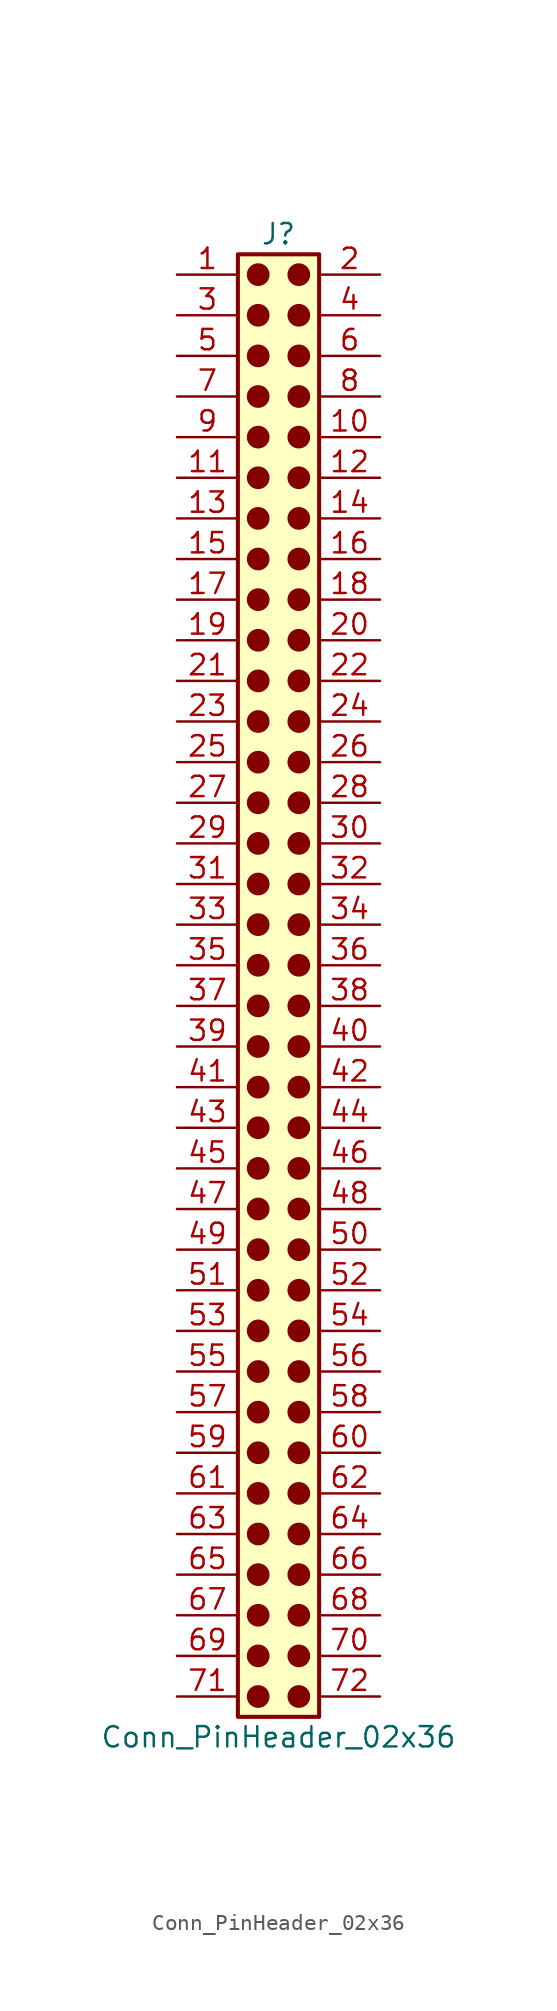
<source format=kicad_sym>
(kicad_symbol_lib
  (version 20241209)
  (generator "kicad_symbol_editor")
  (generator_version "9.0")
  (symbol "Conn_PinHeader_02x36"
    (pin_names
      (offset 1.016)
      (hide yes))
    (property "Reference" "J"
      (at 1.27 45.72 0)
      (effects (font (size 1.27 1.27))))
    (property "Value" "Conn_PinHeader_02x36"
      (at 1.27 -48.26 0)
      (effects (font (size 1.27 1.27))))
    (symbol "Conn_PinHeader_02x36_1_1"
      (rectangle (start -1.27 44.45) (end 3.81 -46.99) (stroke (width 0.254) (type default)) (fill (type background)))
      (circle (center 0 43.18) (radius 0.635) (stroke (width 0) (type solid) (color 132 0 0 1)) (fill (type outline)))
      (circle (center 0 40.64) (radius 0.635) (stroke (width 0) (type solid) (color 132 0 0 1)) (fill (type outline)))
      (circle (center 0 38.1) (radius 0.635) (stroke (width 0) (type solid) (color 132 0 0 1)) (fill (type outline)))
      (circle (center 0 35.56) (radius 0.635) (stroke (width 0) (type solid) (color 132 0 0 1)) (fill (type outline)))
      (circle (center 0 33.02) (radius 0.635) (stroke (width 0) (type solid) (color 132 0 0 1)) (fill (type outline)))
      (circle (center 0 30.48) (radius 0.635) (stroke (width 0) (type solid) (color 132 0 0 1)) (fill (type outline)))
      (circle (center 0 27.94) (radius 0.635) (stroke (width 0) (type solid) (color 132 0 0 1)) (fill (type outline)))
      (circle (center 0 25.4) (radius 0.635) (stroke (width 0) (type solid) (color 132 0 0 1)) (fill (type outline)))
      (circle (center 0 22.86) (radius 0.635) (stroke (width 0) (type solid) (color 132 0 0 1)) (fill (type outline)))
      (circle (center 0 20.32) (radius 0.635) (stroke (width 0) (type solid) (color 132 0 0 1)) (fill (type outline)))
      (circle (center 0 17.78) (radius 0.635) (stroke (width 0) (type solid) (color 132 0 0 1)) (fill (type outline)))
      (circle (center 0 15.24) (radius 0.635) (stroke (width 0) (type solid) (color 132 0 0 1)) (fill (type outline)))
      (circle (center 0 12.7) (radius 0.635) (stroke (width 0) (type solid) (color 132 0 0 1)) (fill (type outline)))
      (circle (center 0 10.16) (radius 0.635) (stroke (width 0) (type solid) (color 132 0 0 1)) (fill (type outline)))
      (circle (center 0 7.62) (radius 0.635) (stroke (width 0) (type solid) (color 132 0 0 1)) (fill (type outline)))
      (circle (center 0 5.08) (radius 0.635) (stroke (width 0) (type solid) (color 132 0 0 1)) (fill (type outline)))
      (circle (center 0 2.54) (radius 0.635) (stroke (width 0) (type solid) (color 132 0 0 1)) (fill (type outline)))
      (circle (center 0 0) (radius 0.635) (stroke (width 0) (type solid) (color 132 0 0 1)) (fill (type outline)))
      (circle (center 0 -2.54) (radius 0.635) (stroke (width 0) (type solid) (color 132 0 0 1)) (fill (type outline)))
      (circle (center 0 -5.08) (radius 0.635) (stroke (width 0) (type solid) (color 132 0 0 1)) (fill (type outline)))
      (circle (center 0 -7.62) (radius 0.635) (stroke (width 0) (type solid) (color 132 0 0 1)) (fill (type outline)))
      (circle (center 0 -10.16) (radius 0.635) (stroke (width 0) (type solid) (color 132 0 0 1)) (fill (type outline)))
      (circle (center 0 -12.7) (radius 0.635) (stroke (width 0) (type solid) (color 132 0 0 1)) (fill (type outline)))
      (circle (center 0 -15.24) (radius 0.635) (stroke (width 0) (type solid) (color 132 0 0 1)) (fill (type outline)))
      (circle (center 0 -17.78) (radius 0.635) (stroke (width 0) (type solid) (color 132 0 0 1)) (fill (type outline)))
      (circle (center 0 -20.32) (radius 0.635) (stroke (width 0) (type solid) (color 132 0 0 1)) (fill (type outline)))
      (circle (center 0 -22.86) (radius 0.635) (stroke (width 0) (type solid) (color 132 0 0 1)) (fill (type outline)))
      (circle (center 0 -25.4) (radius 0.635) (stroke (width 0) (type solid) (color 132 0 0 1)) (fill (type outline)))
      (circle (center 0 -27.94) (radius 0.635) (stroke (width 0) (type solid) (color 132 0 0 1)) (fill (type outline)))
      (circle (center 0 -30.48) (radius 0.635) (stroke (width 0) (type solid) (color 132 0 0 1)) (fill (type outline)))
      (circle (center 0 -33.02) (radius 0.635) (stroke (width 0) (type solid) (color 132 0 0 1)) (fill (type outline)))
      (circle (center 0 -35.56) (radius 0.635) (stroke (width 0) (type solid) (color 132 0 0 1)) (fill (type outline)))
      (circle (center 0 -38.1) (radius 0.635) (stroke (width 0) (type solid) (color 132 0 0 1)) (fill (type outline)))
      (circle (center 0 -40.64) (radius 0.635) (stroke (width 0) (type solid) (color 132 0 0 1)) (fill (type outline)))
      (circle (center 0 -43.18) (radius 0.635) (stroke (width 0) (type solid) (color 132 0 0 1)) (fill (type outline)))
      (circle (center 0 -45.72) (radius 0.635) (stroke (width 0) (type solid) (color 132 0 0 1)) (fill (type outline)))
      (circle (center 2.54 43.18) (radius 0.635) (stroke (width 0) (type solid) (color 132 0 0 1)) (fill (type outline)))
      (circle (center 2.54 40.64) (radius 0.635) (stroke (width 0) (type solid) (color 132 0 0 1)) (fill (type outline)))
      (circle (center 2.54 38.1) (radius 0.635) (stroke (width 0) (type solid) (color 132 0 0 1)) (fill (type outline)))
      (circle (center 2.54 35.56) (radius 0.635) (stroke (width 0) (type solid) (color 132 0 0 1)) (fill (type outline)))
      (circle (center 2.54 33.02) (radius 0.635) (stroke (width 0) (type solid) (color 132 0 0 1)) (fill (type outline)))
      (circle (center 2.54 30.48) (radius 0.635) (stroke (width 0) (type solid) (color 132 0 0 1)) (fill (type outline)))
      (circle (center 2.54 27.94) (radius 0.635) (stroke (width 0) (type solid) (color 132 0 0 1)) (fill (type outline)))
      (circle (center 2.54 25.4) (radius 0.635) (stroke (width 0) (type solid) (color 132 0 0 1)) (fill (type outline)))
      (circle (center 2.54 22.86) (radius 0.635) (stroke (width 0) (type solid) (color 132 0 0 1)) (fill (type outline)))
      (circle (center 2.54 20.32) (radius 0.635) (stroke (width 0) (type solid) (color 132 0 0 1)) (fill (type outline)))
      (circle (center 2.54 17.78) (radius 0.635) (stroke (width 0) (type solid) (color 132 0 0 1)) (fill (type outline)))
      (circle (center 2.54 15.24) (radius 0.635) (stroke (width 0) (type solid) (color 132 0 0 1)) (fill (type outline)))
      (circle (center 2.54 12.7) (radius 0.635) (stroke (width 0) (type solid) (color 132 0 0 1)) (fill (type outline)))
      (circle (center 2.54 10.16) (radius 0.635) (stroke (width 0) (type solid) (color 132 0 0 1)) (fill (type outline)))
      (circle (center 2.54 7.62) (radius 0.635) (stroke (width 0) (type solid) (color 132 0 0 1)) (fill (type outline)))
      (circle (center 2.54 5.08) (radius 0.635) (stroke (width 0) (type solid) (color 132 0 0 1)) (fill (type outline)))
      (circle (center 2.54 2.54) (radius 0.635) (stroke (width 0) (type solid) (color 132 0 0 1)) (fill (type outline)))
      (circle (center 2.54 0) (radius 0.635) (stroke (width 0) (type solid) (color 132 0 0 1)) (fill (type outline)))
      (circle (center 2.54 -2.54) (radius 0.635) (stroke (width 0) (type solid) (color 132 0 0 1)) (fill (type outline)))
      (circle (center 2.54 -5.08) (radius 0.635) (stroke (width 0) (type solid) (color 132 0 0 1)) (fill (type outline)))
      (circle (center 2.54 -7.62) (radius 0.635) (stroke (width 0) (type solid) (color 132 0 0 1)) (fill (type outline)))
      (circle (center 2.54 -10.16) (radius 0.635) (stroke (width 0) (type solid) (color 132 0 0 1)) (fill (type outline)))
      (circle (center 2.54 -12.7) (radius 0.635) (stroke (width 0) (type solid) (color 132 0 0 1)) (fill (type outline)))
      (circle (center 2.54 -15.24) (radius 0.635) (stroke (width 0) (type solid) (color 132 0 0 1)) (fill (type outline)))
      (circle (center 2.54 -17.78) (radius 0.635) (stroke (width 0) (type solid) (color 132 0 0 1)) (fill (type outline)))
      (circle (center 2.54 -20.32) (radius 0.635) (stroke (width 0) (type solid) (color 132 0 0 1)) (fill (type outline)))
      (circle (center 2.54 -22.86) (radius 0.635) (stroke (width 0) (type solid) (color 132 0 0 1)) (fill (type outline)))
      (circle (center 2.54 -25.4) (radius 0.635) (stroke (width 0) (type solid) (color 132 0 0 1)) (fill (type outline)))
      (circle (center 2.54 -27.94) (radius 0.635) (stroke (width 0) (type solid) (color 132 0 0 1)) (fill (type outline)))
      (circle (center 2.54 -30.48) (radius 0.635) (stroke (width 0) (type solid) (color 132 0 0 1)) (fill (type outline)))
      (circle (center 2.54 -33.02) (radius 0.635) (stroke (width 0) (type solid) (color 132 0 0 1)) (fill (type outline)))
      (circle (center 2.54 -35.56) (radius 0.635) (stroke (width 0) (type solid) (color 132 0 0 1)) (fill (type outline)))
      (circle (center 2.54 -38.1) (radius 0.635) (stroke (width 0) (type solid) (color 132 0 0 1)) (fill (type outline)))
      (circle (center 2.54 -40.64) (radius 0.635) (stroke (width 0) (type solid) (color 132 0 0 1)) (fill (type outline)))
      (circle (center 2.54 -43.18) (radius 0.635) (stroke (width 0) (type solid) (color 132 0 0 1)) (fill (type outline)))
      (circle (center 2.54 -45.72) (radius 0.635) (stroke (width 0) (type solid) (color 132 0 0 1)) (fill (type outline)))
      (pin passive line (at -5.08 43.18 0) (length 3.81) (name "Pin_1" (effects (font (size 1.27 1.27)))) (number "1" (effects (font (size 1.27 1.27)))))
      (pin passive line (at -5.08 40.64 0) (length 3.81) (name "Pin_3" (effects (font (size 1.27 1.27)))) (number "3" (effects (font (size 1.27 1.27)))))
      (pin passive line (at -5.08 38.1 0) (length 3.81) (name "Pin_5" (effects (font (size 1.27 1.27)))) (number "5" (effects (font (size 1.27 1.27)))))
      (pin passive line (at -5.08 35.56 0) (length 3.81) (name "Pin_7" (effects (font (size 1.27 1.27)))) (number "7" (effects (font (size 1.27 1.27)))))
      (pin passive line (at -5.08 33.02 0) (length 3.81) (name "Pin_9" (effects (font (size 1.27 1.27)))) (number "9" (effects (font (size 1.27 1.27)))))
      (pin passive line (at -5.08 30.48 0) (length 3.81) (name "Pin_11" (effects (font (size 1.27 1.27)))) (number "11" (effects (font (size 1.27 1.27)))))
      (pin passive line (at -5.08 27.94 0) (length 3.81) (name "Pin_13" (effects (font (size 1.27 1.27)))) (number "13" (effects (font (size 1.27 1.27)))))
      (pin passive line (at -5.08 25.4 0) (length 3.81) (name "Pin_15" (effects (font (size 1.27 1.27)))) (number "15" (effects (font (size 1.27 1.27)))))
      (pin passive line (at -5.08 22.86 0) (length 3.81) (name "Pin_17" (effects (font (size 1.27 1.27)))) (number "17" (effects (font (size 1.27 1.27)))))
      (pin passive line (at -5.08 20.32 0) (length 3.81) (name "Pin_19" (effects (font (size 1.27 1.27)))) (number "19" (effects (font (size 1.27 1.27)))))
      (pin passive line (at -5.08 17.78 0) (length 3.81) (name "Pin_21" (effects (font (size 1.27 1.27)))) (number "21" (effects (font (size 1.27 1.27)))))
      (pin passive line (at -5.08 15.24 0) (length 3.81) (name "Pin_23" (effects (font (size 1.27 1.27)))) (number "23" (effects (font (size 1.27 1.27)))))
      (pin passive line (at -5.08 12.7 0) (length 3.81) (name "Pin_25" (effects (font (size 1.27 1.27)))) (number "25" (effects (font (size 1.27 1.27)))))
      (pin passive line (at -5.08 10.16 0) (length 3.81) (name "Pin_27" (effects (font (size 1.27 1.27)))) (number "27" (effects (font (size 1.27 1.27)))))
      (pin passive line (at -5.08 7.62 0) (length 3.81) (name "Pin_29" (effects (font (size 1.27 1.27)))) (number "29" (effects (font (size 1.27 1.27)))))
      (pin passive line (at -5.08 5.08 0) (length 3.81) (name "Pin_31" (effects (font (size 1.27 1.27)))) (number "31" (effects (font (size 1.27 1.27)))))
      (pin passive line (at -5.08 2.54 0) (length 3.81) (name "Pin_33" (effects (font (size 1.27 1.27)))) (number "33" (effects (font (size 1.27 1.27)))))
      (pin passive line (at -5.08 0 0) (length 3.81) (name "Pin_35" (effects (font (size 1.27 1.27)))) (number "35" (effects (font (size 1.27 1.27)))))
      (pin passive line (at -5.08 -2.54 0) (length 3.81) (name "Pin_37" (effects (font (size 1.27 1.27)))) (number "37" (effects (font (size 1.27 1.27)))))
      (pin passive line (at -5.08 -5.08 0) (length 3.81) (name "Pin_39" (effects (font (size 1.27 1.27)))) (number "39" (effects (font (size 1.27 1.27)))))
      (pin passive line (at -5.08 -7.62 0) (length 3.81) (name "Pin_41" (effects (font (size 1.27 1.27)))) (number "41" (effects (font (size 1.27 1.27)))))
      (pin passive line (at -5.08 -10.16 0) (length 3.81) (name "Pin_43" (effects (font (size 1.27 1.27)))) (number "43" (effects (font (size 1.27 1.27)))))
      (pin passive line (at -5.08 -12.7 0) (length 3.81) (name "Pin_45" (effects (font (size 1.27 1.27)))) (number "45" (effects (font (size 1.27 1.27)))))
      (pin passive line (at -5.08 -15.24 0) (length 3.81) (name "Pin_47" (effects (font (size 1.27 1.27)))) (number "47" (effects (font (size 1.27 1.27)))))
      (pin passive line (at -5.08 -17.78 0) (length 3.81) (name "Pin_49" (effects (font (size 1.27 1.27)))) (number "49" (effects (font (size 1.27 1.27)))))
      (pin passive line (at -5.08 -20.32 0) (length 3.81) (name "Pin_51" (effects (font (size 1.27 1.27)))) (number "51" (effects (font (size 1.27 1.27)))))
      (pin passive line (at -5.08 -22.86 0) (length 3.81) (name "Pin_53" (effects (font (size 1.27 1.27)))) (number "53" (effects (font (size 1.27 1.27)))))
      (pin passive line (at -5.08 -25.4 0) (length 3.81) (name "Pin_55" (effects (font (size 1.27 1.27)))) (number "55" (effects (font (size 1.27 1.27)))))
      (pin passive line (at -5.08 -27.94 0) (length 3.81) (name "Pin_57" (effects (font (size 1.27 1.27)))) (number "57" (effects (font (size 1.27 1.27)))))
      (pin passive line (at -5.08 -30.48 0) (length 3.81) (name "Pin_59" (effects (font (size 1.27 1.27)))) (number "59" (effects (font (size 1.27 1.27)))))
      (pin passive line (at -5.08 -33.02 0) (length 3.81) (name "Pin_61" (effects (font (size 1.27 1.27)))) (number "61" (effects (font (size 1.27 1.27)))))
      (pin passive line (at -5.08 -35.56 0) (length 3.81) (name "Pin_63" (effects (font (size 1.27 1.27)))) (number "63" (effects (font (size 1.27 1.27)))))
      (pin passive line (at -5.08 -38.1 0) (length 3.81) (name "Pin_65" (effects (font (size 1.27 1.27)))) (number "65" (effects (font (size 1.27 1.27)))))
      (pin passive line (at -5.08 -40.64 0) (length 3.81) (name "Pin_67" (effects (font (size 1.27 1.27)))) (number "67" (effects (font (size 1.27 1.27)))))
      (pin passive line (at -5.08 -43.18 0) (length 3.81) (name "Pin_69" (effects (font (size 1.27 1.27)))) (number "69" (effects (font (size 1.27 1.27)))))
      (pin passive line (at -5.08 -45.72 0) (length 3.81) (name "Pin_71" (effects (font (size 1.27 1.27)))) (number "71" (effects (font (size 1.27 1.27)))))
      (pin passive line (at 7.62 43.18 180) (length 3.81) (name "Pin_2" (effects (font (size 1.27 1.27)))) (number "2" (effects (font (size 1.27 1.27)))))
      (pin passive line (at 7.62 40.64 180) (length 3.81) (name "Pin_4" (effects (font (size 1.27 1.27)))) (number "4" (effects (font (size 1.27 1.27)))))
      (pin passive line (at 7.62 38.1 180) (length 3.81) (name "Pin_6" (effects (font (size 1.27 1.27)))) (number "6" (effects (font (size 1.27 1.27)))))
      (pin passive line (at 7.62 35.56 180) (length 3.81) (name "Pin_8" (effects (font (size 1.27 1.27)))) (number "8" (effects (font (size 1.27 1.27)))))
      (pin passive line (at 7.62 33.02 180) (length 3.81) (name "Pin_10" (effects (font (size 1.27 1.27)))) (number "10" (effects (font (size 1.27 1.27)))))
      (pin passive line (at 7.62 30.48 180) (length 3.81) (name "Pin_12" (effects (font (size 1.27 1.27)))) (number "12" (effects (font (size 1.27 1.27)))))
      (pin passive line (at 7.62 27.94 180) (length 3.81) (name "Pin_14" (effects (font (size 1.27 1.27)))) (number "14" (effects (font (size 1.27 1.27)))))
      (pin passive line (at 7.62 25.4 180) (length 3.81) (name "Pin_16" (effects (font (size 1.27 1.27)))) (number "16" (effects (font (size 1.27 1.27)))))
      (pin passive line (at 7.62 22.86 180) (length 3.81) (name "Pin_18" (effects (font (size 1.27 1.27)))) (number "18" (effects (font (size 1.27 1.27)))))
      (pin passive line (at 7.62 20.32 180) (length 3.81) (name "Pin_20" (effects (font (size 1.27 1.27)))) (number "20" (effects (font (size 1.27 1.27)))))
      (pin passive line (at 7.62 17.78 180) (length 3.81) (name "Pin_22" (effects (font (size 1.27 1.27)))) (number "22" (effects (font (size 1.27 1.27)))))
      (pin passive line (at 7.62 15.24 180) (length 3.81) (name "Pin_24" (effects (font (size 1.27 1.27)))) (number "24" (effects (font (size 1.27 1.27)))))
      (pin passive line (at 7.62 12.7 180) (length 3.81) (name "Pin_26" (effects (font (size 1.27 1.27)))) (number "26" (effects (font (size 1.27 1.27)))))
      (pin passive line (at 7.62 10.16 180) (length 3.81) (name "Pin_28" (effects (font (size 1.27 1.27)))) (number "28" (effects (font (size 1.27 1.27)))))
      (pin passive line (at 7.62 7.62 180) (length 3.81) (name "Pin_30" (effects (font (size 1.27 1.27)))) (number "30" (effects (font (size 1.27 1.27)))))
      (pin passive line (at 7.62 5.08 180) (length 3.81) (name "Pin_32" (effects (font (size 1.27 1.27)))) (number "32" (effects (font (size 1.27 1.27)))))
      (pin passive line (at 7.62 2.54 180) (length 3.81) (name "Pin_34" (effects (font (size 1.27 1.27)))) (number "34" (effects (font (size 1.27 1.27)))))
      (pin passive line (at 7.62 0 180) (length 3.81) (name "Pin_36" (effects (font (size 1.27 1.27)))) (number "36" (effects (font (size 1.27 1.27)))))
      (pin passive line (at 7.62 -2.54 180) (length 3.81) (name "Pin_38" (effects (font (size 1.27 1.27)))) (number "38" (effects (font (size 1.27 1.27)))))
      (pin passive line (at 7.62 -5.08 180) (length 3.81) (name "Pin_40" (effects (font (size 1.27 1.27)))) (number "40" (effects (font (size 1.27 1.27)))))
      (pin passive line (at 7.62 -7.62 180) (length 3.81) (name "Pin_42" (effects (font (size 1.27 1.27)))) (number "42" (effects (font (size 1.27 1.27)))))
      (pin passive line (at 7.62 -10.16 180) (length 3.81) (name "Pin_44" (effects (font (size 1.27 1.27)))) (number "44" (effects (font (size 1.27 1.27)))))
      (pin passive line (at 7.62 -12.7 180) (length 3.81) (name "Pin_46" (effects (font (size 1.27 1.27)))) (number "46" (effects (font (size 1.27 1.27)))))
      (pin passive line (at 7.62 -15.24 180) (length 3.81) (name "Pin_48" (effects (font (size 1.27 1.27)))) (number "48" (effects (font (size 1.27 1.27)))))
      (pin passive line (at 7.62 -17.78 180) (length 3.81) (name "Pin_50" (effects (font (size 1.27 1.27)))) (number "50" (effects (font (size 1.27 1.27)))))
      (pin passive line (at 7.62 -20.32 180) (length 3.81) (name "Pin_52" (effects (font (size 1.27 1.27)))) (number "52" (effects (font (size 1.27 1.27)))))
      (pin passive line (at 7.62 -22.86 180) (length 3.81) (name "Pin_54" (effects (font (size 1.27 1.27)))) (number "54" (effects (font (size 1.27 1.27)))))
      (pin passive line (at 7.62 -25.4 180) (length 3.81) (name "Pin_56" (effects (font (size 1.27 1.27)))) (number "56" (effects (font (size 1.27 1.27)))))
      (pin passive line (at 7.62 -27.94 180) (length 3.81) (name "Pin_58" (effects (font (size 1.27 1.27)))) (number "58" (effects (font (size 1.27 1.27)))))
      (pin passive line (at 7.62 -30.48 180) (length 3.81) (name "Pin_60" (effects (font (size 1.27 1.27)))) (number "60" (effects (font (size 1.27 1.27)))))
      (pin passive line (at 7.62 -33.02 180) (length 3.81) (name "Pin_62" (effects (font (size 1.27 1.27)))) (number "62" (effects (font (size 1.27 1.27)))))
      (pin passive line (at 7.62 -35.56 180) (length 3.81) (name "Pin_64" (effects (font (size 1.27 1.27)))) (number "64" (effects (font (size 1.27 1.27)))))
      (pin passive line (at 7.62 -38.1 180) (length 3.81) (name "Pin_66" (effects (font (size 1.27 1.27)))) (number "66" (effects (font (size 1.27 1.27)))))
      (pin passive line (at 7.62 -40.64 180) (length 3.81) (name "Pin_68" (effects (font (size 1.27 1.27)))) (number "68" (effects (font (size 1.27 1.27)))))
      (pin passive line (at 7.62 -43.18 180) (length 3.81) (name "Pin_70" (effects (font (size 1.27 1.27)))) (number "70" (effects (font (size 1.27 1.27)))))
      (pin passive line (at 7.62 -45.72 180) (length 3.81) (name "Pin_72" (effects (font (size 1.27 1.27)))) (number "72" (effects (font (size 1.27 1.27))))))))
</source>
